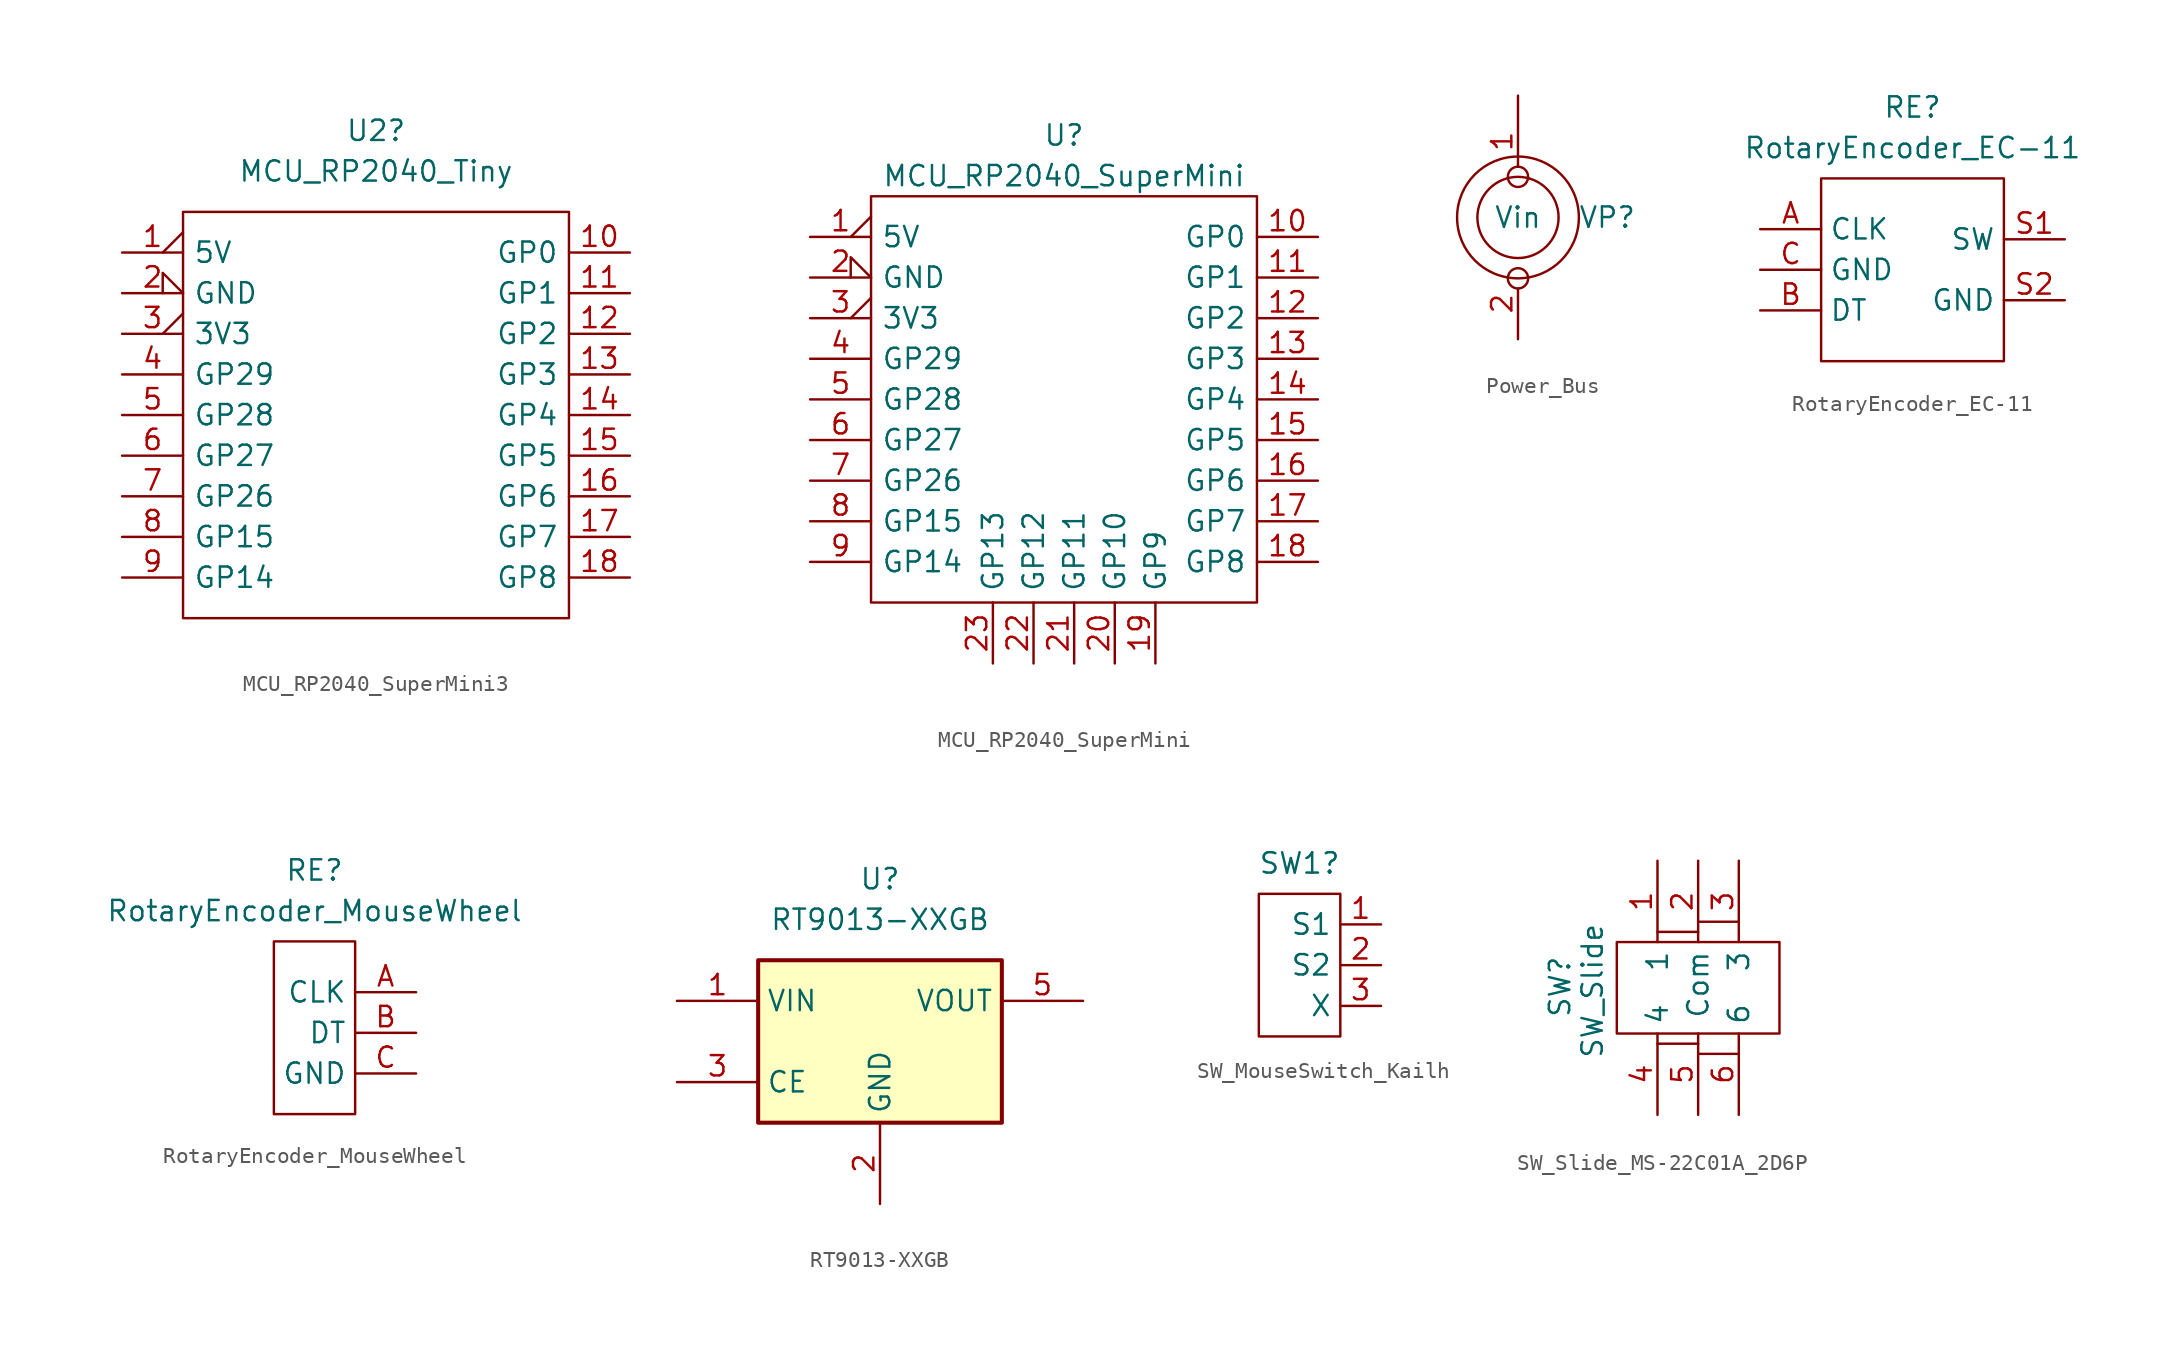
<source format=kicad_sym>
(kicad_symbol_lib
  (version 20241209)
  (generator "kicad_symbol_editor")
  (generator_version "9.0")
  (symbol "MCU_RP2040_SuperMini3"
    (pin_names
      (offset 0.635))
    (property "Reference" "U2"
      (at 0 13.97 0)
      (effects (font (size 1.27 1.27))))
    (property "Value" "MCU_RP2040_Tiny"
      (at 0 11.43 0)
      (effects (font (size 1.27 1.27))))
    (symbol "MCU_RP2040_SuperMini3_0_1"
      (rectangle (start -12.065 8.89) (end 12.065 -16.51) (stroke (width 0) (type default)) (fill (type none))))
    (symbol "MCU_RP2040_SuperMini3_1_1"
      (pin passive output_low (at -15.875 6.35 0) (length 3.81) (name "5V" (effects (font (size 1.27 1.27)))) (number "1" (effects (font (size 1.27 1.27)))))
      (pin passive input_low (at -15.875 3.81 0) (length 3.81) (name "GND" (effects (font (size 1.27 1.27)))) (number "2" (effects (font (size 1.27 1.27)))))
      (pin passive output_low (at -15.875 1.27 0) (length 3.81) (name "3V3" (effects (font (size 1.27 1.27)))) (number "3" (effects (font (size 1.27 1.27)))))
      (pin passive line (at -15.875 -1.27 0) (length 3.81) (name "GP29" (effects (font (size 1.27 1.27)))) (number "4" (effects (font (size 1.27 1.27)))))
      (pin passive line (at -15.875 -3.81 0) (length 3.81) (name "GP28" (effects (font (size 1.27 1.27)))) (number "5" (effects (font (size 1.27 1.27)))))
      (pin passive line (at -15.875 -6.35 0) (length 3.81) (name "GP27" (effects (font (size 1.27 1.27)))) (number "6" (effects (font (size 1.27 1.27)))))
      (pin passive line (at -15.875 -8.89 0) (length 3.81) (name "GP26" (effects (font (size 1.27 1.27)))) (number "7" (effects (font (size 1.27 1.27)))))
      (pin passive line (at -15.875 -11.43 0) (length 3.81) (name "GP15" (effects (font (size 1.27 1.27)))) (number "8" (effects (font (size 1.27 1.27)))))
      (pin passive line (at -15.875 -13.97 0) (length 3.81) (name "GP14" (effects (font (size 1.27 1.27)))) (number "9" (effects (font (size 1.27 1.27)))))
      (pin passive line (at 15.875 6.35 180) (length 3.81) (name "GP0" (effects (font (size 1.27 1.27)))) (number "10" (effects (font (size 1.27 1.27)))))
      (pin passive line (at 15.875 3.81 180) (length 3.81) (name "GP1" (effects (font (size 1.27 1.27)))) (number "11" (effects (font (size 1.27 1.27)))))
      (pin passive line (at 15.875 1.27 180) (length 3.81) (name "GP2" (effects (font (size 1.27 1.27)))) (number "12" (effects (font (size 1.27 1.27)))))
      (pin passive line (at 15.875 -1.27 180) (length 3.81) (name "GP3" (effects (font (size 1.27 1.27)))) (number "13" (effects (font (size 1.27 1.27)))))
      (pin passive line (at 15.875 -3.81 180) (length 3.81) (name "GP4" (effects (font (size 1.27 1.27)))) (number "14" (effects (font (size 1.27 1.27)))))
      (pin passive line (at 15.875 -6.35 180) (length 3.81) (name "GP5" (effects (font (size 1.27 1.27)))) (number "15" (effects (font (size 1.27 1.27)))))
      (pin passive line (at 15.875 -8.89 180) (length 3.81) (name "GP6" (effects (font (size 1.27 1.27)))) (number "16" (effects (font (size 1.27 1.27)))))
      (pin passive line (at 15.875 -11.43 180) (length 3.81) (name "GP7" (effects (font (size 1.27 1.27)))) (number "17" (effects (font (size 1.27 1.27)))))
      (pin passive line (at 15.875 -13.97 180) (length 3.81) (name "GP8" (effects (font (size 1.27 1.27)))) (number "18" (effects (font (size 1.27 1.27)))))))
  (symbol "MCU_RP2040_SuperMini"
    (pin_names
      (offset 0.635))
    (property "Reference" "U"
      (at 0 12.7 0)
      (effects (font (size 1.27 1.27))))
    (property "Value" "MCU_RP2040_SuperMini"
      (at 0 10.16 0)
      (effects (font (size 1.27 1.27))))
    (symbol "MCU_RP2040_SuperMini_0_1"
      (rectangle (start -12.065 8.89) (end 12.065 -16.51) (stroke (width 0) (type default)) (fill (type none))))
    (symbol "MCU_RP2040_SuperMini_1_1"
      (pin passive output_low (at -15.875 6.35 0) (length 3.81) (name "5V" (effects (font (size 1.27 1.27)))) (number "1" (effects (font (size 1.27 1.27)))))
      (pin passive input_low (at -15.875 3.81 0) (length 3.81) (name "GND" (effects (font (size 1.27 1.27)))) (number "2" (effects (font (size 1.27 1.27)))))
      (pin passive output_low (at -15.875 1.27 0) (length 3.81) (name "3V3" (effects (font (size 1.27 1.27)))) (number "3" (effects (font (size 1.27 1.27)))))
      (pin passive line (at -15.875 -1.27 0) (length 3.81) (name "GP29" (effects (font (size 1.27 1.27)))) (number "4" (effects (font (size 1.27 1.27)))))
      (pin passive line (at -15.875 -3.81 0) (length 3.81) (name "GP28" (effects (font (size 1.27 1.27)))) (number "5" (effects (font (size 1.27 1.27)))))
      (pin passive line (at -15.875 -6.35 0) (length 3.81) (name "GP27" (effects (font (size 1.27 1.27)))) (number "6" (effects (font (size 1.27 1.27)))))
      (pin passive line (at -15.875 -8.89 0) (length 3.81) (name "GP26" (effects (font (size 1.27 1.27)))) (number "7" (effects (font (size 1.27 1.27)))))
      (pin passive line (at -15.875 -11.43 0) (length 3.81) (name "GP15" (effects (font (size 1.27 1.27)))) (number "8" (effects (font (size 1.27 1.27)))))
      (pin passive line (at -15.875 -13.97 0) (length 3.81) (name "GP14" (effects (font (size 1.27 1.27)))) (number "9" (effects (font (size 1.27 1.27)))))
      (pin passive line (at -4.445 -20.32 90) (length 3.81) (name "GP13" (effects (font (size 1.27 1.27)))) (number "23" (effects (font (size 1.27 1.27)))))
      (pin passive line (at -1.905 -20.32 90) (length 3.81) (name "GP12" (effects (font (size 1.27 1.27)))) (number "22" (effects (font (size 1.27 1.27)))))
      (pin passive line (at 0.635 -20.32 90) (length 3.81) (name "GP11" (effects (font (size 1.27 1.27)))) (number "21" (effects (font (size 1.27 1.27)))))
      (pin passive line (at 3.175 -20.32 90) (length 3.81) (name "GP10" (effects (font (size 1.27 1.27)))) (number "20" (effects (font (size 1.27 1.27)))))
      (pin passive line (at 5.715 -20.32 90) (length 3.81) (name "GP9" (effects (font (size 1.27 1.27)))) (number "19" (effects (font (size 1.27 1.27)))))
      (pin passive line (at 15.875 6.35 180) (length 3.81) (name "GP0" (effects (font (size 1.27 1.27)))) (number "10" (effects (font (size 1.27 1.27)))))
      (pin passive line (at 15.875 3.81 180) (length 3.81) (name "GP1" (effects (font (size 1.27 1.27)))) (number "11" (effects (font (size 1.27 1.27)))))
      (pin passive line (at 15.875 1.27 180) (length 3.81) (name "GP2" (effects (font (size 1.27 1.27)))) (number "12" (effects (font (size 1.27 1.27)))))
      (pin passive line (at 15.875 -1.27 180) (length 3.81) (name "GP3" (effects (font (size 1.27 1.27)))) (number "13" (effects (font (size 1.27 1.27)))))
      (pin passive line (at 15.875 -3.81 180) (length 3.81) (name "GP4" (effects (font (size 1.27 1.27)))) (number "14" (effects (font (size 1.27 1.27)))))
      (pin passive line (at 15.875 -6.35 180) (length 3.81) (name "GP5" (effects (font (size 1.27 1.27)))) (number "15" (effects (font (size 1.27 1.27)))))
      (pin passive line (at 15.875 -8.89 180) (length 3.81) (name "GP6" (effects (font (size 1.27 1.27)))) (number "16" (effects (font (size 1.27 1.27)))))
      (pin passive line (at 15.875 -11.43 180) (length 3.81) (name "GP7" (effects (font (size 1.27 1.27)))) (number "17" (effects (font (size 1.27 1.27)))))
      (pin passive line (at 15.875 -13.97 180) (length 3.81) (name "GP8" (effects (font (size 1.27 1.27)))) (number "18" (effects (font (size 1.27 1.27)))))))
  (symbol "Power_Bus"
    (property "Reference" "VP"
      (at 5.588 0 0)
      (effects (font (size 1.27 1.27))))
    (property "Value" "Vin"
      (at 0 0 0)
      (effects (font (size 1.27 1.27))))
    (symbol "Power_Bus_0_1"
      (circle (center 0 0) (radius 2.54) (stroke (width 0) (type default)) (fill (type none)))
      (circle (center 0 0) (radius 3.81) (stroke (width 0) (type default)) (fill (type none))))
    (symbol "Power_Bus_1_1"
      (pin power_in inverted (at 0 7.62 270) (length 5.715) (name "" (effects (font (size 1.27 1.27)))) (number "1" (effects (font (size 1.27 1.27)))) (alternate "1" power_in inverted))
      (pin power_out inverted (at 0 -7.62 90) (length 4.445) (name "" (effects (font (size 1.27 1.27)))) (number "2" (effects (font (size 1.27 1.27)))) (alternate "2" power_out inverted))))
  (symbol "RotaryEncoder_EC-11"
    (property "Reference" "RE"
      (at 0 10.16 0)
      (effects (font (size 1.27 1.27))))
    (property "Value" "RotaryEncoder_EC-11"
      (at 0 7.62 0)
      (effects (font (size 1.27 1.27))))
    (symbol "RotaryEncoder_EC-11_0_1"
      (rectangle (start -5.715 5.715) (end 5.715 -5.715) (stroke (width 0) (type default)) (fill (type none))))
    (symbol "RotaryEncoder_EC-11_1_1"
      (pin input line (at -9.525 2.54 0) (length 3.81) (name "CLK" (effects (font (size 1.27 1.27)))) (number "A" (effects (font (size 1.27 1.27)))))
      (pin input line (at -9.525 0 0) (length 3.81) (name "GND" (effects (font (size 1.27 1.27)))) (number "C" (effects (font (size 1.27 1.27)))))
      (pin input line (at -9.525 -2.54 0) (length 3.81) (name "DT" (effects (font (size 1.27 1.27)))) (number "B" (effects (font (size 1.27 1.27)))))
      (pin input line (at 9.525 1.905 180) (length 3.81) (name "SW" (effects (font (size 1.27 1.27)))) (number "S1" (effects (font (size 1.27 1.27)))))
      (pin input line (at 9.525 -1.905 180) (length 3.81) (name "GND" (effects (font (size 1.27 1.27)))) (number "S2" (effects (font (size 1.27 1.27)))))))
  (symbol "RotaryEncoder_MouseWheel"
    (property "Reference" "RE"
      (at 0 10.16 0)
      (effects (font (size 1.27 1.27))))
    (property "Value" "RotaryEncoder_MouseWheel"
      (at 0 7.62 0)
      (effects (font (size 1.27 1.27))))
    (symbol "RotaryEncoder_MouseWheel_0_1"
      (rectangle (start -2.54 5.715) (end 2.54 -5.08) (stroke (width 0) (type default)) (fill (type none))))
    (symbol "RotaryEncoder_MouseWheel_1_1"
      (pin input line (at 6.35 2.54 180) (length 3.81) (name "CLK" (effects (font (size 1.27 1.27)))) (number "A" (effects (font (size 1.27 1.27)))))
      (pin input line (at 6.35 0 180) (length 3.81) (name "DT" (effects (font (size 1.27 1.27)))) (number "B" (effects (font (size 1.27 1.27)))))
      (pin input line (at 6.35 -2.54 180) (length 3.81) (name "GND" (effects (font (size 1.27 1.27)))) (number "C" (effects (font (size 1.27 1.27)))))))
  (symbol "RT9013-XXGB"
    (property "Reference" "U"
      (at 0 10.16 0)
      (effects (font (size 1.27 1.27))))
    (property "Value" "RT9013-XXGB"
      (at 0 7.62 0)
      (effects (font (size 1.27 1.27))))
    (symbol "RT9013-XXGB_0_1"
      (rectangle (start -7.62 5.08) (end 7.62 -5.08) (stroke (width 0.254) (type default)) (fill (type background))))
    (symbol "RT9013-XXGB_1_1"
      (pin power_in line (at -12.7 2.54 0) (length 5.08) (name "VIN" (effects (font (size 1.27 1.27)))) (number "1" (effects (font (size 1.27 1.27)))))
      (pin input line (at -12.7 -2.54 0) (length 5.08) (name "CE" (effects (font (size 1.27 1.27)))) (number "3" (effects (font (size 1.27 1.27)))))
      (pin power_in line (at 0 -10.16 90) (length 5.08) (name "GND" (effects (font (size 1.27 1.27)))) (number "2" (effects (font (size 1.27 1.27)))))
      (pin no_connect line (at 7.62 -2.54 180) (length 5.08) (hide yes) (name "NC" (effects (font (size 1.27 1.27)))) (number "4" (effects (font (size 1.27 1.27)))))
      (pin power_out line (at 12.7 2.54 180) (length 5.08) (name "VOUT" (effects (font (size 1.27 1.27)))) (number "5" (effects (font (size 1.27 1.27)))))))
  (symbol "SW_MouseSwitch_Kailh"
    (property "Reference" "SW1"
      (at 0 6.35 0)
      (effects (font (size 1.27 1.27))))
    (property "Value" ""
      (at 0 0 0)
      (effects (font (size 1.27 1.27))))
    (symbol "SW_MouseSwitch_Kailh_0_1"
      (rectangle (start -2.54 4.445) (end 2.54 -4.445) (stroke (width 0) (type default)) (fill (type none))))
    (symbol "SW_MouseSwitch_Kailh_1_1"
      (pin passive line (at 5.08 2.54 180) (length 2.54) (name "S1" (effects (font (size 1.27 1.27)))) (number "1" (effects (font (size 1.27 1.27)))))
      (pin passive line (at 5.08 0 180) (length 2.54) (name "S2" (effects (font (size 1.27 1.27)))) (number "2" (effects (font (size 1.27 1.27)))))
      (pin passive line (at 5.08 -2.54 180) (length 2.54) (name "X" (effects (font (size 1.27 1.27)))) (number "3" (effects (font (size 1.27 1.27)))))))
  (symbol "SW_Slide_MS-22C01A_2D6P"
    (property "Reference" "SW"
      (at -8.636 -0.254 90)
      (effects (font (size 1.27 1.27))))
    (property "Value" "SW_Slide"
      (at -6.604 -0.508 90)
      (effects (font (size 1.27 1.27))))
    (symbol "SW_Slide_MS-22C01A_2D6P_0_1"
      (rectangle (start -5.08 2.54) (end 5.08 -3.175) (stroke (width 0) (type default)) (fill (type none)))
      (polyline (pts (xy -2.54 3.175) (xy 0 3.175)) (stroke (width 0) (type default)) (fill (type none)))
      (polyline (pts (xy -2.54 -3.81) (xy 0 -3.81)) (stroke (width 0) (type default)) (fill (type none)))
      (polyline (pts (xy 0 3.81) (xy 2.54 3.81)) (stroke (width 0) (type default)) (fill (type none)))
      (polyline (pts (xy 0 -4.445) (xy 2.54 -4.445)) (stroke (width 0) (type default)) (fill (type none))))
    (symbol "SW_Slide_MS-22C01A_2D6P_1_1"
      (pin passive line (at -2.54 7.62 270) (length 5.08) (name "1" (effects (font (size 1.27 1.27)))) (number "1" (effects (font (size 1.27 1.27)))))
      (pin passive line (at -2.54 -8.255 90) (length 5.08) (name "4" (effects (font (size 1.27 1.27)))) (number "4" (effects (font (size 1.27 1.27)))))
      (pin passive line (at 0 7.62 270) (length 5.08) (name "Com" (effects (font (size 1.27 1.27)))) (number "2" (effects (font (size 1.27 1.27)))))
      (pin passive line (at 0 -8.255 90) (length 5.08) (name "" (effects (font (size 1.27 1.27)))) (number "5" (effects (font (size 1.27 1.27)))))
      (pin passive line (at 2.54 7.62 270) (length 5.08) (name "3" (effects (font (size 1.27 1.27)))) (number "3" (effects (font (size 1.27 1.27)))))
      (pin passive line (at 2.54 -8.255 90) (length 5.08) (name "6" (effects (font (size 1.27 1.27)))) (number "6" (effects (font (size 1.27 1.27))))))))
</source>
